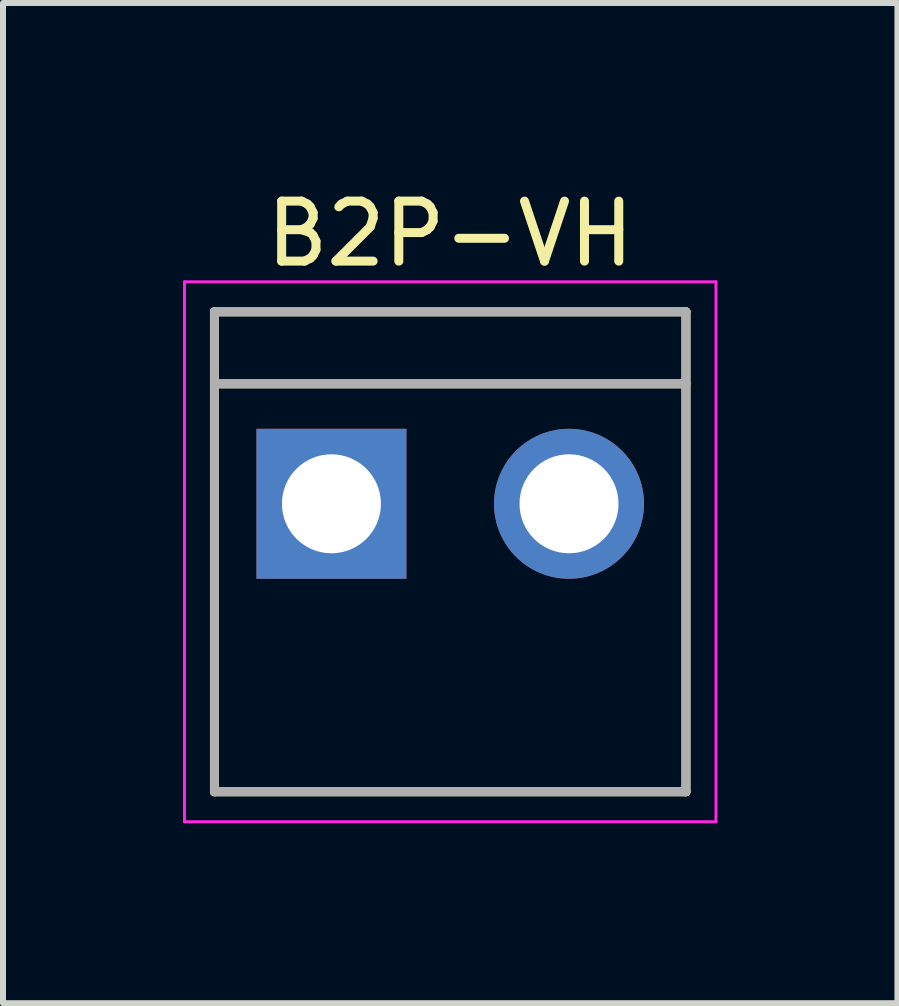
<source format=kicad_pcb>
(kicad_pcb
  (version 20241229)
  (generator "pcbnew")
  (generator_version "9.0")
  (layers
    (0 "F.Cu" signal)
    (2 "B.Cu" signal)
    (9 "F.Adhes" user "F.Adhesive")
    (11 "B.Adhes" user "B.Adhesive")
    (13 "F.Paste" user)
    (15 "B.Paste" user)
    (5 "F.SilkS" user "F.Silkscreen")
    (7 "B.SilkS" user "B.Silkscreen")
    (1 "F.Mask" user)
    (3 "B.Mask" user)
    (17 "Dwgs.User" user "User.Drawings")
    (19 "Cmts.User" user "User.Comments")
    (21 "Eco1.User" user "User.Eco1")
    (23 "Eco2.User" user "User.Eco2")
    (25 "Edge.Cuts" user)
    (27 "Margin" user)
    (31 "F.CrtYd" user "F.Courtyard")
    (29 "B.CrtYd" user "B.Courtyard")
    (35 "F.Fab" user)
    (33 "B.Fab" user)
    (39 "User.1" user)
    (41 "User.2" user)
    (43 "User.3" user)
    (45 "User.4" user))
  (footprint "B2P-VH"
    (layer "F.Cu")
    (at 4.455 5.348)
    (property "Reference" "B2P-VH" (at 0 -4.5 0) (layer "F.SilkS") (effects (font (size 1 1) (thickness 0.15))))
    (attr smd)
    (fp_line (start -3.93 -3.2) (end -3.93 4.8) (stroke (width 0.15) (type solid)) (layer "F.SilkS"))
    (fp_line (start -3.93 -3.2) (end 3.93 -3.2) (stroke (width 0.15) (type solid)) (layer "F.SilkS"))
    (fp_line (start -3.93 -2) (end 3.93 -2) (stroke (width 0.15) (type solid)) (layer "F.SilkS"))
    (fp_line (start -3.93 4.8) (end 3.93 4.8) (stroke (width 0.15) (type solid)) (layer "F.SilkS"))
    (fp_line (start 3.93 -3.2) (end 3.93 4.8) (stroke (width 0.15) (type solid)) (layer "F.SilkS"))
    (fp_line (start -4.43 -3.7) (end -4.43 5.3) (stroke (width 0.05) (type solid)) (layer "F.CrtYd"))
    (fp_line (start -4.43 -3.7) (end 4.43 -3.7) (stroke (width 0.05) (type solid)) (layer "F.CrtYd"))
    (fp_line (start -4.43 5.3) (end 4.43 5.3) (stroke (width 0.05) (type solid)) (layer "F.CrtYd"))
    (fp_line (start 4.43 -3.7) (end 4.43 5.3) (stroke (width 0.05) (type solid)) (layer "F.CrtYd"))
    (fp_line (start -3.93 -3.2) (end -3.93 4.8) (stroke (width 0.15) (type solid)) (layer "F.Fab"))
    (fp_line (start -3.93 -3.2) (end 3.93 -3.2) (stroke (width 0.15) (type solid)) (layer "F.Fab"))
    (fp_line (start -3.93 -2) (end 3.93 -2) (stroke (width 0.15) (type solid)) (layer "F.Fab"))
    (fp_line (start -3.93 4.8) (end 3.93 4.8) (stroke (width 0.15) (type solid)) (layer "F.Fab"))
    (fp_line (start 3.93 -3.2) (end 3.93 4.8) (stroke (width 0.15) (type solid)) (layer "F.Fab"))
    (pad "1" thru_hole rect (at -1.98 0) (size 2.5 2.5) (drill 1.65) (layers "*.Cu" "*.Mask"))
    (pad "2" thru_hole circle (at 1.98 0) (size 2.5 2.5) (drill 1.65) (layers "*.Cu" "*.Mask")))
  (gr_rect
    (start -3 -3)
    (end 11.91 13.673)
    (stroke (width 0.1) (type default))
    (fill no)
    (layer "Edge.Cuts")))
</source>
